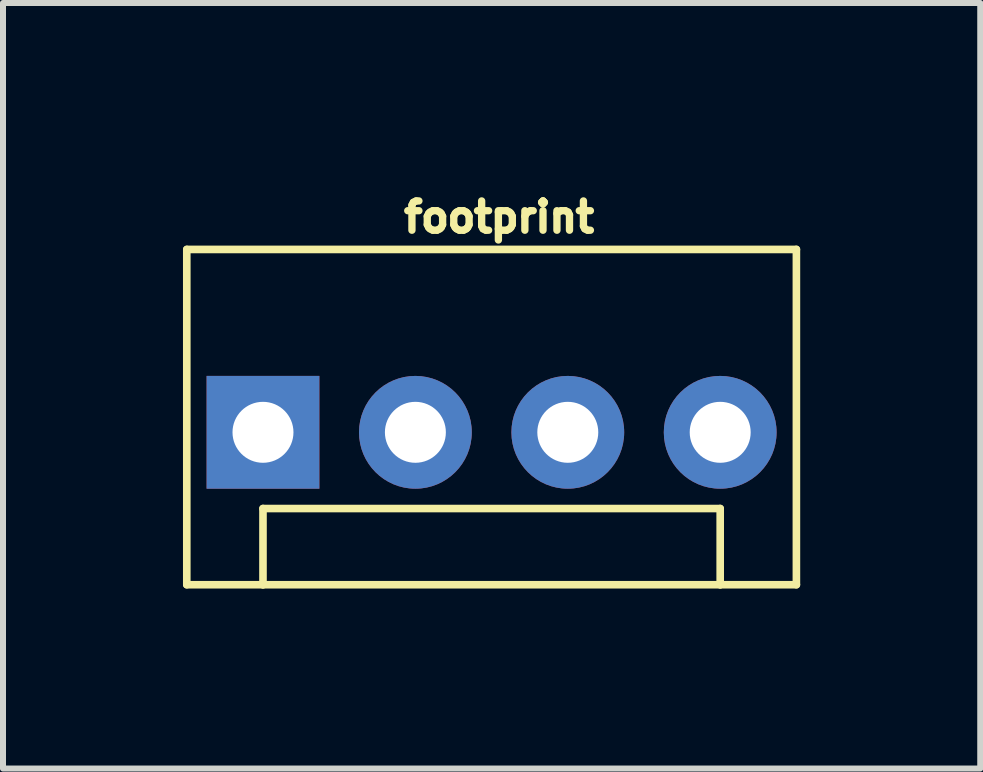
<source format=kicad_pcb>
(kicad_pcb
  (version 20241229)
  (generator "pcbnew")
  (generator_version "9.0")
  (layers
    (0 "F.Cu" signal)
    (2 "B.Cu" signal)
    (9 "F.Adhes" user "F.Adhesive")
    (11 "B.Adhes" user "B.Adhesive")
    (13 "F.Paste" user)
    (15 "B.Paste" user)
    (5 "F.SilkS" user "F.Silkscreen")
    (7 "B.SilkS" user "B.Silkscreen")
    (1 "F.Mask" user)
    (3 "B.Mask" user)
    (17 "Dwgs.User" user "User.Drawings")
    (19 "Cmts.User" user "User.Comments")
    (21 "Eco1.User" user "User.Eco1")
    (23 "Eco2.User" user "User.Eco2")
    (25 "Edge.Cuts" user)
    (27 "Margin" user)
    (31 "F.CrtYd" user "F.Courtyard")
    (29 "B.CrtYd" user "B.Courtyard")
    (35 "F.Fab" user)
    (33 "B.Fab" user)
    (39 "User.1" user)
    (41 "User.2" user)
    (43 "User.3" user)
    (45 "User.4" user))
  (footprint "footprint"
    (layer "F.Cu")
    (at 1.333 4.155)
    (property "Reference" "footprint" (at 2.286 -3.302 0) (layer "F.SilkS") (effects (font (size 0.488 0.488) (thickness 0.122)) (justify left bottom)))
    (fp_line (start -1.27 -3.048) (end -1.27 2.54) (stroke (width 0.127) (type solid)) (layer "F.SilkS"))
    (fp_line (start 0 1.27) (end 7.62 1.27) (stroke (width 0.127) (type solid)) (layer "F.SilkS"))
    (fp_line (start 0 2.54) (end -1.27 2.54) (stroke (width 0.127) (type solid)) (layer "F.SilkS"))
    (fp_line (start 0 2.54) (end 0 1.27) (stroke (width 0.127) (type solid)) (layer "F.SilkS"))
    (fp_line (start 7.62 1.27) (end 7.62 2.54) (stroke (width 0.127) (type solid)) (layer "F.SilkS"))
    (fp_line (start 7.62 2.54) (end 0 2.54) (stroke (width 0.127) (type solid)) (layer "F.SilkS"))
    (fp_line (start 8.89 -3.048) (end -1.27 -3.048) (stroke (width 0.127) (type solid)) (layer "F.SilkS"))
    (fp_line (start 8.89 -3.048) (end 8.89 2.54) (stroke (width 0.127) (type solid)) (layer "F.SilkS"))
    (fp_line (start 8.89 2.54) (end 7.62 2.54) (stroke (width 0.127) (type solid)) (layer "F.SilkS"))
    (pad "1" thru_hole rect (at 0 0) (size 1.88 1.88) (drill 1.016) (layers "*.Cu" "*.Mask"))
    (pad "2" thru_hole circle (at 2.54 0) (size 1.88 1.88) (drill 1.016) (layers "*.Cu" "*.Mask"))
    (pad "3" thru_hole circle (at 5.08 0) (size 1.88 1.88) (drill 1.016) (layers "*.Cu" "*.Mask"))
    (pad "4" thru_hole circle (at 7.62 0) (size 1.88 1.88) (drill 1.016) (layers "*.Cu" "*.Mask")))
  (gr_rect
    (start -3 -3)
    (end 13.287 9.759)
    (stroke (width 0.1) (type default))
    (fill no)
    (layer "Edge.Cuts")))
</source>
